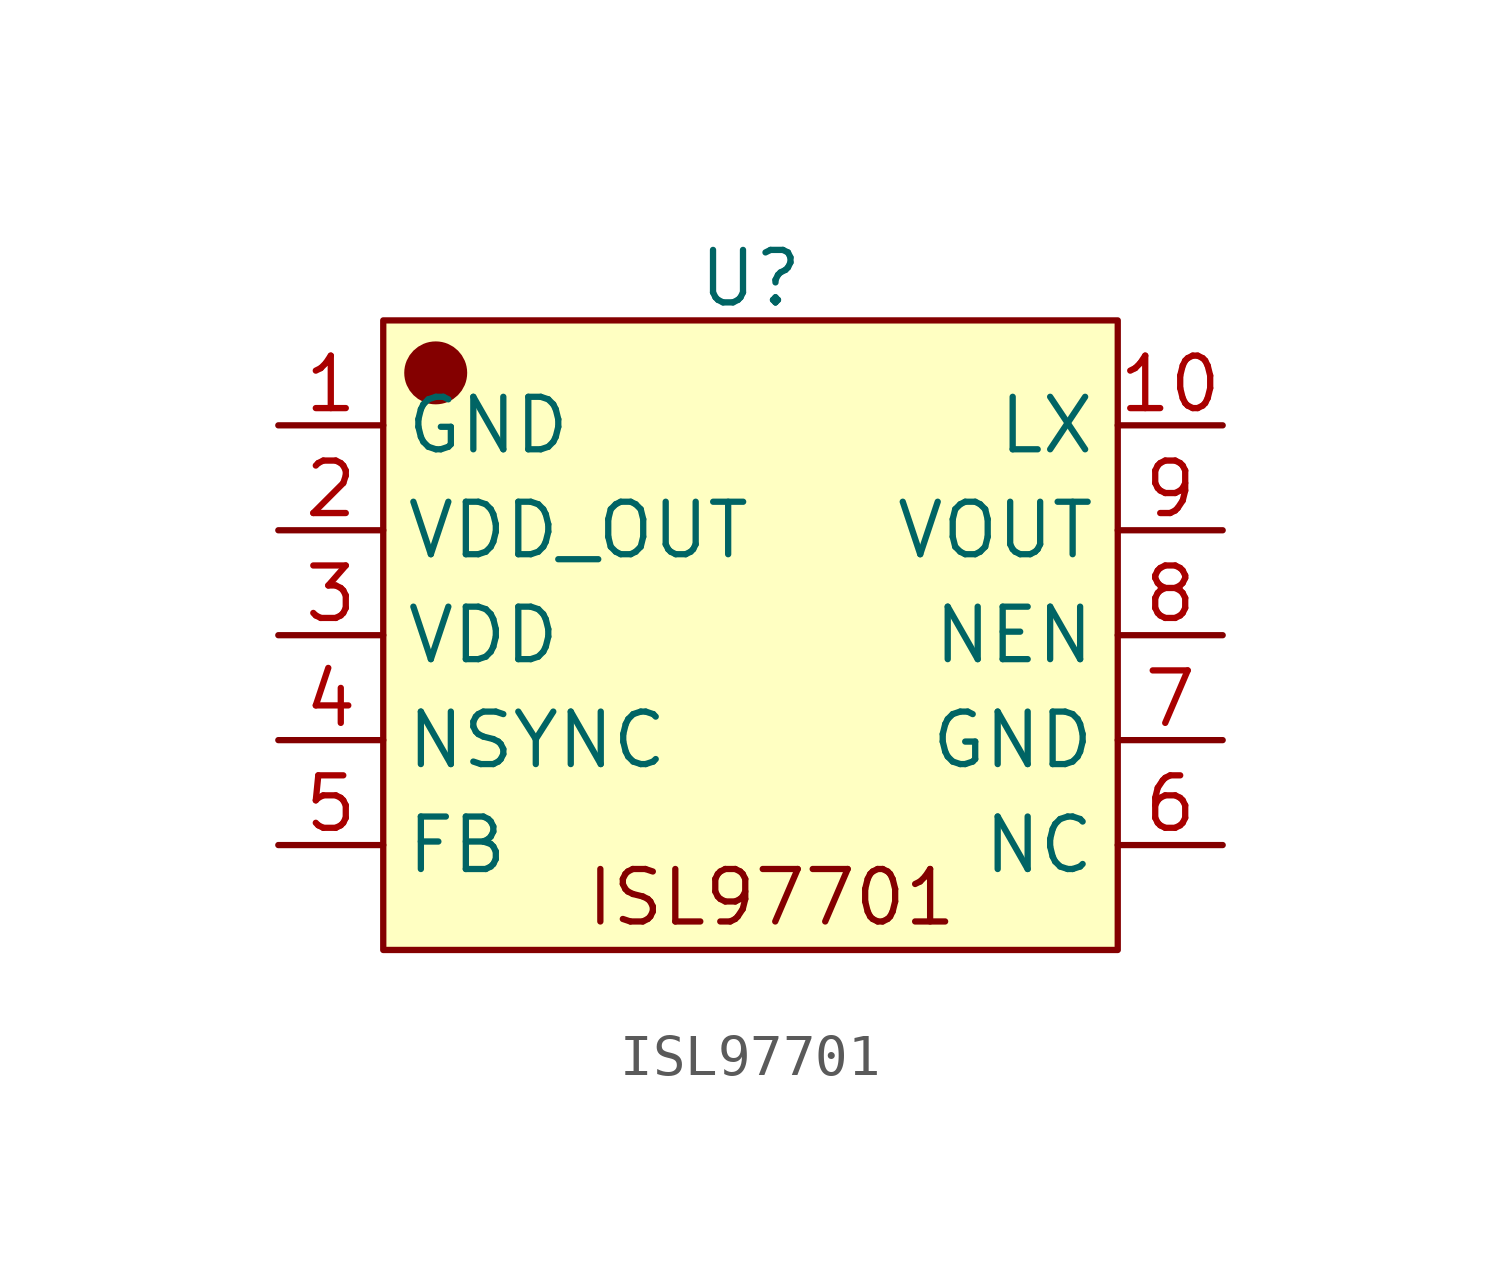
<source format=kicad_sym>
(kicad_symbol_lib
  (version 20231120)
  (generator "kicad_symbol_editor")
  (generator_version "8.0")
  (symbol "ISL97701"
    (property "Reference" "U"
      (at 0 8.636 0)
      (effects (font (size 1.27 1.27))))
    (property "Value" ""
      (at -7.62 8.89 0)
      (effects (font (size 1.27 1.27))))
    (symbol "ISL97701_1_1"
      (rectangle (start -8.89 7.62) (end 8.89 -7.62) (stroke (width 0) (type default)) (fill (type background)))
      (circle (center -7.62 6.35) (radius 0.0001) (stroke (width 0.762) (type default)) (fill (type none)))
      (text "ISL97701" (at 0.508 -6.35 0) (effects (font (size 1.27 1.27))))
      (pin power_out line (at -11.43 5.08 0) (length 2.54) (name "GND" (effects (font (size 1.27 1.27)))) (number "1" (effects (font (size 1.27 1.27)))))
      (pin bidirectional line (at 11.43 5.08 180) (length 2.54) (name "LX" (effects (font (size 1.27 1.27)))) (number "10" (effects (font (size 1.27 1.27)))))
      (pin bidirectional line (at -11.43 2.54 0) (length 2.54) (name "VDD_OUT" (effects (font (size 1.27 1.27)))) (number "2" (effects (font (size 1.27 1.27)))))
      (pin power_in line (at -11.43 0 0) (length 2.54) (name "VDD" (effects (font (size 1.27 1.27)))) (number "3" (effects (font (size 1.27 1.27)))))
      (pin bidirectional line (at -11.43 -2.54 0) (length 2.54) (name "NSYNC" (effects (font (size 1.27 1.27)))) (number "4" (effects (font (size 1.27 1.27)))))
      (pin bidirectional line (at -11.43 -5.08 0) (length 2.54) (name "FB" (effects (font (size 1.27 1.27)))) (number "5" (effects (font (size 1.27 1.27)))))
      (pin bidirectional line (at 11.43 -5.08 180) (length 2.54) (name "NC" (effects (font (size 1.27 1.27)))) (number "6" (effects (font (size 1.27 1.27)))))
      (pin power_out line (at 11.43 -2.54 180) (length 2.54) (name "GND" (effects (font (size 1.27 1.27)))) (number "7" (effects (font (size 1.27 1.27)))))
      (pin bidirectional line (at 11.43 0 180) (length 2.54) (name "NEN" (effects (font (size 1.27 1.27)))) (number "8" (effects (font (size 1.27 1.27)))))
      (pin bidirectional line (at 11.43 2.54 180) (length 2.54) (name "VOUT" (effects (font (size 1.27 1.27)))) (number "9" (effects (font (size 1.27 1.27))))))))
</source>
